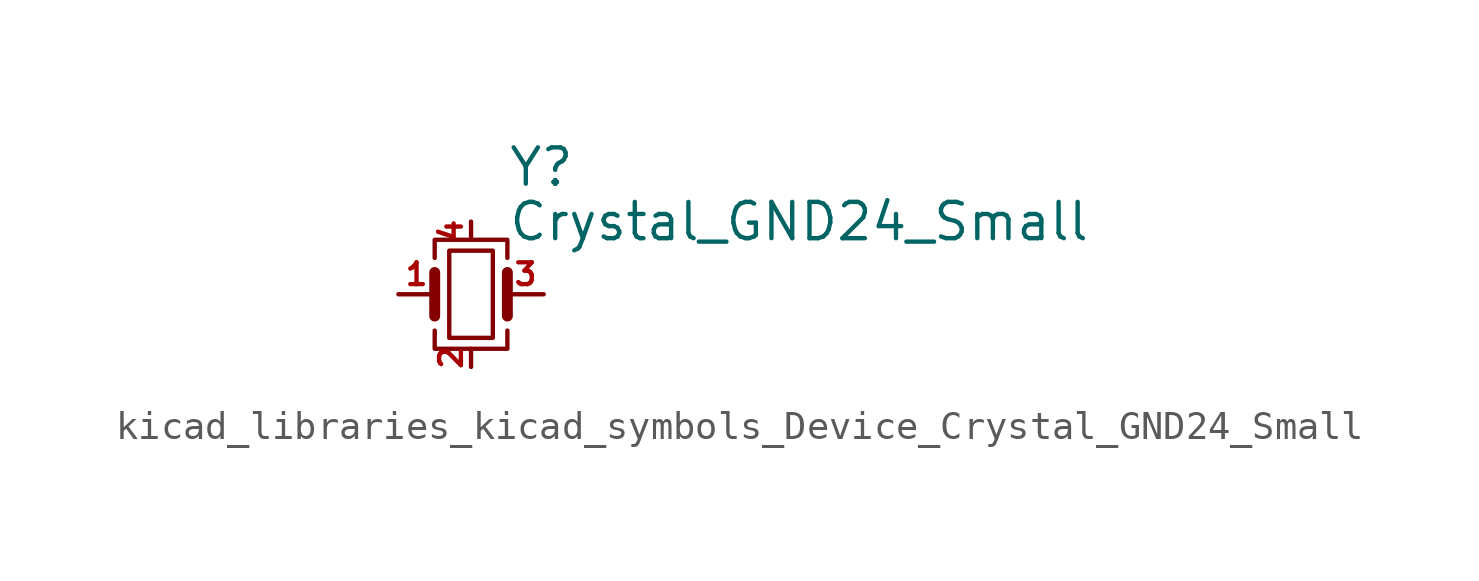
<source format=kicad_sym>
(kicad_symbol_lib
  (version 20220914)
  (generator kicad_symbol_editor)
  (symbol "kicad_libraries_kicad_symbols_Device_Crystal_GND24_Small"
    (pin_names
      (offset 1.016) hide)
    (property "Reference" "Y"
      (at 1.27 4.445 0)
      (effects (font (size 1.27 1.27)) (justify left)))
    (property "Value" "Crystal_GND24_Small"
      (at 1.27 2.54 0)
      (effects (font (size 1.27 1.27)) (justify left)))
    (symbol "kicad_libraries_kicad_symbols_Device_Crystal_GND24_Small_0_1"
      (rectangle (start -0.762 -1.524) (end 0.762 1.524) (stroke (width 0) (type default)) (fill (type none)))
      (polyline (pts (xy -1.27 -0.762) (xy -1.27 0.762)) (stroke (width 0.381) (type default)) (fill (type none)))
      (polyline (pts (xy 1.27 -0.762) (xy 1.27 0.762)) (stroke (width 0.381) (type default)) (fill (type none)))
      (polyline (pts (xy -1.27 -1.27) (xy -1.27 -1.905) (xy 1.27 -1.905) (xy 1.27 -1.27)) (stroke (width 0) (type default)) (fill (type none)))
      (polyline (pts (xy -1.27 1.27) (xy -1.27 1.905) (xy 1.27 1.905) (xy 1.27 1.27)) (stroke (width 0) (type default)) (fill (type none))))
    (symbol "kicad_libraries_kicad_symbols_Device_Crystal_GND24_Small_1_1"
      (pin passive line (at -2.54 0 0) (length 1.27) (name "1" (effects (font (size 1.27 1.27)))) (number "1" (effects (font (size 0.762 0.762)))))
      (pin passive line (at 0 -2.54 90) (length 0.635) (name "2" (effects (font (size 1.27 1.27)))) (number "2" (effects (font (size 0.762 0.762)))))
      (pin passive line (at 2.54 0 180) (length 1.27) (name "3" (effects (font (size 1.27 1.27)))) (number "3" (effects (font (size 0.762 0.762)))))
      (pin passive line (at 0 2.54 270) (length 0.635) (name "4" (effects (font (size 1.27 1.27)))) (number "4" (effects (font (size 0.762 0.762))))))))
</source>
